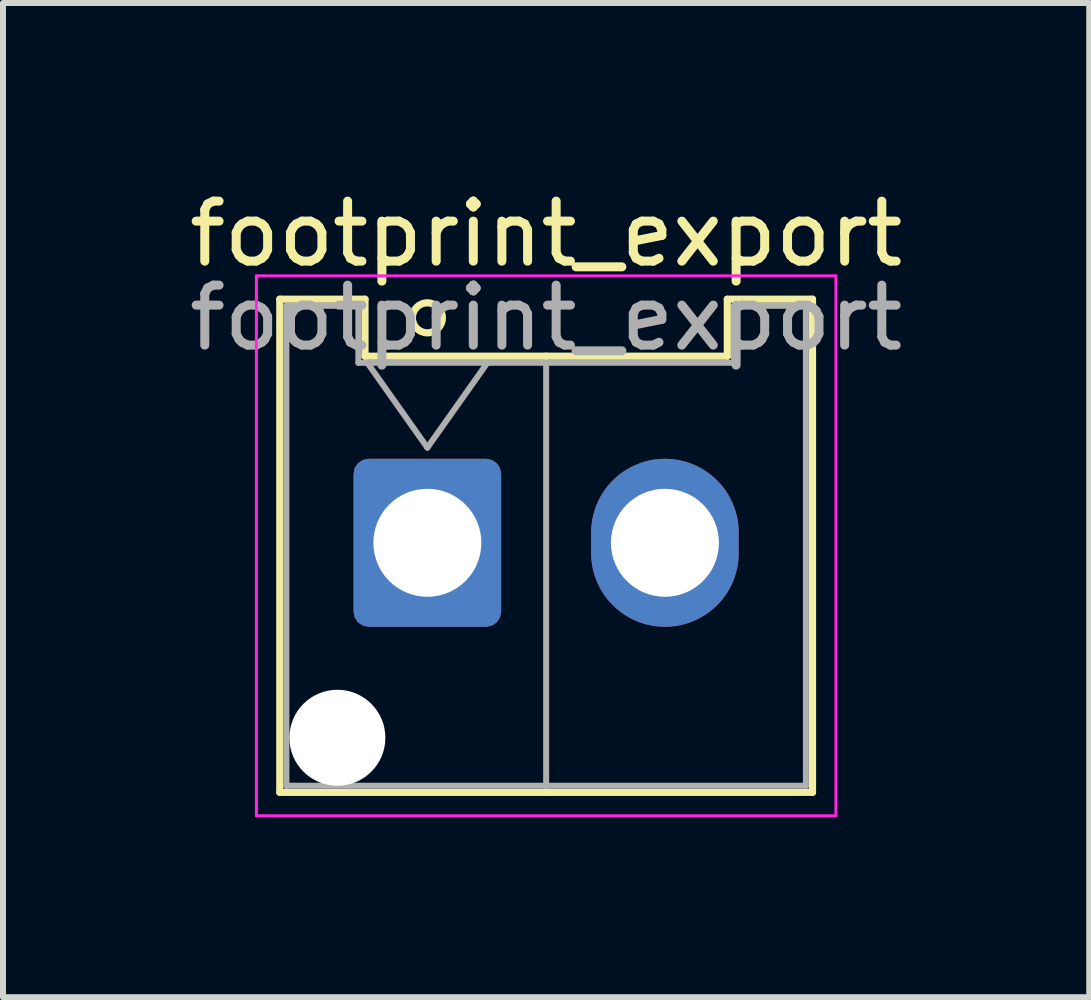
<source format=kicad_pcb>
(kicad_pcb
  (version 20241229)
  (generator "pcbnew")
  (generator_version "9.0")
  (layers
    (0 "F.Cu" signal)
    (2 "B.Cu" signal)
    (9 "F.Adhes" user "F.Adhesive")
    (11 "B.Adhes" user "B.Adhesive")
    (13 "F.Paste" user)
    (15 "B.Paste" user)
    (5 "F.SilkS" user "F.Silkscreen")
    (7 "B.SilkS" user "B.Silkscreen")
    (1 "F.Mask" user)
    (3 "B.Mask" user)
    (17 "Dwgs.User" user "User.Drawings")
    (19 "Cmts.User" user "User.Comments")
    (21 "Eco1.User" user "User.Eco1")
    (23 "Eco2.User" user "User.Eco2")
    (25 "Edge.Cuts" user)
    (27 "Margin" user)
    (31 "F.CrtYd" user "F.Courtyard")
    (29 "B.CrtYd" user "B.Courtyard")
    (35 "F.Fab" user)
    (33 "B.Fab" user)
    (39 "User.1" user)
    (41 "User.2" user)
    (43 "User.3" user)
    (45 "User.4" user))
  (footprint "footprint_export"
    (layer "F.Cu")
    (at 4.074 5.998)
    (property "Reference" "footprint_export" (at 1.98 -5.15 0) (layer "F.SilkS") (effects (font (size 1 1) (thickness 0.15))))
    (attr through_hole)
    (fp_line (start -2.46 -4.06) (end -1.04 -4.06) (stroke (width 0.12) (type solid)) (layer "F.SilkS"))
    (fp_line (start -2.46 4.16) (end -2.46 -4.06) (stroke (width 0.12) (type solid)) (layer "F.SilkS"))
    (fp_line (start -1.04 -4.06) (end -1.04 -3.11) (stroke (width 0.12) (type solid)) (layer "F.SilkS"))
    (fp_line (start -1.04 -3.11) (end 1.98 -3.11) (stroke (width 0.12) (type solid)) (layer "F.SilkS"))
    (fp_line (start 1.98 4.16) (end -2.46 4.16) (stroke (width 0.12) (type solid)) (layer "F.SilkS"))
    (fp_line (start 1.98 4.16) (end 6.42 4.16) (stroke (width 0.12) (type solid)) (layer "F.SilkS"))
    (fp_line (start 5 -4.06) (end 5 -3.11) (stroke (width 0.12) (type solid)) (layer "F.SilkS"))
    (fp_line (start 5 -3.11) (end 1.98 -3.11) (stroke (width 0.12) (type solid)) (layer "F.SilkS"))
    (fp_line (start 6.42 -4.06) (end 5 -4.06) (stroke (width 0.12) (type solid)) (layer "F.SilkS"))
    (fp_line (start 6.42 4.16) (end 6.42 -4.06) (stroke (width 0.12) (type solid)) (layer "F.SilkS"))
    (fp_circle (center 0 -3.75) (end 0.25 -3.75) (stroke (width 0.12) (type solid)) (fill no) (layer "F.SilkS"))
    (fp_line (start -2.85 -4.45) (end -2.85 4.55) (stroke (width 0.05) (type solid)) (layer "F.CrtYd"))
    (fp_line (start -2.85 4.55) (end 6.81 4.55) (stroke (width 0.05) (type solid)) (layer "F.CrtYd"))
    (fp_line (start 6.81 -4.45) (end -2.85 -4.45) (stroke (width 0.05) (type solid)) (layer "F.CrtYd"))
    (fp_line (start 6.81 4.55) (end 6.81 -4.45) (stroke (width 0.05) (type solid)) (layer "F.CrtYd"))
    (fp_line (start -2.35 -3.95) (end -1.15 -3.95) (stroke (width 0.1) (type solid)) (layer "F.Fab"))
    (fp_line (start -2.35 4.05) (end -2.35 -3.95) (stroke (width 0.1) (type solid)) (layer "F.Fab"))
    (fp_line (start -1.15 -3.95) (end -1.15 -3) (stroke (width 0.1) (type solid)) (layer "F.Fab"))
    (fp_line (start -1.15 -3) (end 1.98 -3) (stroke (width 0.1) (type solid)) (layer "F.Fab"))
    (fp_line (start -1 -3) (end 0 -1.586) (stroke (width 0.1) (type solid)) (layer "F.Fab"))
    (fp_line (start 0 -1.586) (end 1 -3) (stroke (width 0.1) (type solid)) (layer "F.Fab"))
    (fp_line (start 1.98 -3) (end 1.98 4.05) (stroke (width 0.1) (type solid)) (layer "F.Fab"))
    (fp_line (start 1.98 4.05) (end -2.35 4.05) (stroke (width 0.1) (type solid)) (layer "F.Fab"))
    (fp_line (start 1.98 4.05) (end 6.31 4.05) (stroke (width 0.1) (type solid)) (layer "F.Fab"))
    (fp_line (start 5.11 -3.95) (end 5.11 -3) (stroke (width 0.1) (type solid)) (layer "F.Fab"))
    (fp_line (start 5.11 -3) (end 1.98 -3) (stroke (width 0.1) (type solid)) (layer "F.Fab"))
    (fp_line (start 6.31 -3.95) (end 5.11 -3.95) (stroke (width 0.1) (type solid)) (layer "F.Fab"))
    (fp_line (start 6.31 4.05) (end 6.31 -3.95) (stroke (width 0.1) (type solid)) (layer "F.Fab"))
    (fp_text user "${REFERENCE}" (at 1.98 -3.75 0) (layer "F.Fab") (effects (font (size 1 1) (thickness 0.15))))
    (pad "" np_thru_hole circle (at -1.5 3.25) (size 1.6 1.6) (drill 1.6) (layers "*.Cu" "*.Mask"))
    (pad "1" thru_hole roundrect (at 0 0) (size 2.46 2.8) (drill 1.8) (layers "*.Cu" "*.Mask") (roundrect_rratio 0.102))
    (pad "2" thru_hole oval (at 3.96 0) (size 2.46 2.8) (drill 1.8) (layers "*.Cu" "*.Mask")))
  (gr_rect
    (start -3 -3)
    (end 15.107 13.573)
    (stroke (width 0.1) (type default))
    (fill no)
    (layer "Edge.Cuts")))
</source>
